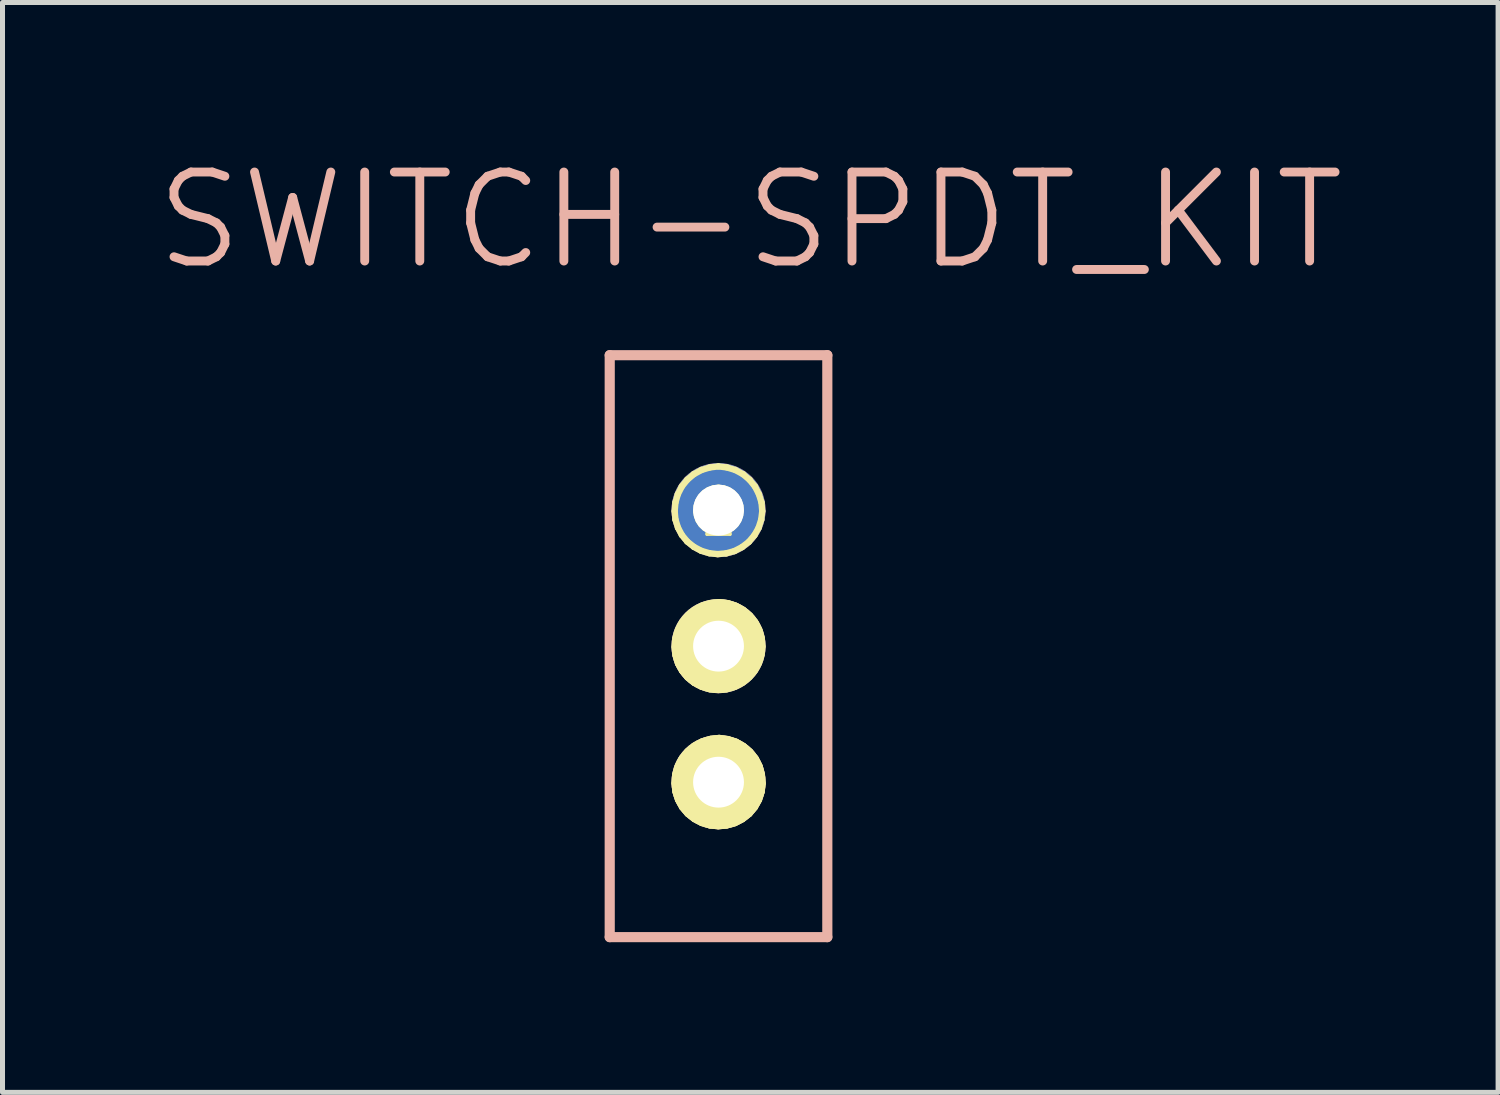
<source format=kicad_pcb>
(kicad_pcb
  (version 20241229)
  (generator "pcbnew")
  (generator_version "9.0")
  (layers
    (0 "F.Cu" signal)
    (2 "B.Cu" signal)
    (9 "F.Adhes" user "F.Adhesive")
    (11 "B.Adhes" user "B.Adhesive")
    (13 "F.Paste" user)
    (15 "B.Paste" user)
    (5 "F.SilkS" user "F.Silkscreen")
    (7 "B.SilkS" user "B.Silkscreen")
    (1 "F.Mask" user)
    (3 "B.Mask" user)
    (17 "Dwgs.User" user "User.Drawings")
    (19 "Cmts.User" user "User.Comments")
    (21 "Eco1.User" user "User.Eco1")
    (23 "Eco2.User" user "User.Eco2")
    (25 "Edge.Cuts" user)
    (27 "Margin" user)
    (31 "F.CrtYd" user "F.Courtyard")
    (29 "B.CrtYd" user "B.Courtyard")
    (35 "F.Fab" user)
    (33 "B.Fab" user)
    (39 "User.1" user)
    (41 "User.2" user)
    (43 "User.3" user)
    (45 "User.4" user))
  (footprint "SWITCH-SPDT_KIT"
    (layer "F.Cu")
    (at 11.307 9.861)
    (property "Reference" "SWITCH-SPDT_KIT" (at 0.635 -8.509 0) (layer "B.SilkS") (effects (font (size 1.778 1.778) (thickness 0.178))))
    (attr exclude_from_pos_files exclude_from_bom)
    (fp_line (start -0.876 -2.697) (end -0.861 -2.87) (stroke (width 0.127) (type solid)) (layer "F.SilkS"))
    (fp_line (start -0.876 2.741) (end -0.861 2.565) (stroke (width 0.127) (type solid)) (layer "F.SilkS"))
    (fp_line (start -0.874 0.018) (end -0.859 -0.152) (stroke (width 0.127) (type solid)) (layer "F.SilkS"))
    (fp_line (start -0.861 -2.87) (end -0.813 -3.035) (stroke (width 0.127) (type solid)) (layer "F.SilkS"))
    (fp_line (start -0.861 -2.53) (end -0.876 -2.697) (stroke (width 0.127) (type solid)) (layer "F.SilkS"))
    (fp_line (start -0.861 2.565) (end -0.813 2.398) (stroke (width 0.127) (type solid)) (layer "F.SilkS"))
    (fp_line (start -0.859 -0.152) (end -0.808 -0.323) (stroke (width 0.127) (type solid)) (layer "F.SilkS"))
    (fp_line (start -0.859 2.911) (end -0.876 2.741) (stroke (width 0.127) (type solid)) (layer "F.SilkS"))
    (fp_line (start -0.856 0.185) (end -0.874 0.018) (stroke (width 0.127) (type solid)) (layer "F.SilkS"))
    (fp_line (start -0.813 -3.035) (end -0.734 -3.19) (stroke (width 0.127) (type solid)) (layer "F.SilkS"))
    (fp_line (start -0.813 2.398) (end -0.732 2.24) (stroke (width 0.127) (type solid)) (layer "F.SilkS"))
    (fp_line (start -0.81 -2.367) (end -0.861 -2.53) (stroke (width 0.127) (type solid)) (layer "F.SilkS"))
    (fp_line (start -0.808 -0.323) (end -0.726 -0.478) (stroke (width 0.127) (type solid)) (layer "F.SilkS"))
    (fp_line (start -0.808 0.348) (end -0.856 0.185) (stroke (width 0.127) (type solid)) (layer "F.SilkS"))
    (fp_line (start -0.808 3.071) (end -0.859 2.911) (stroke (width 0.127) (type solid)) (layer "F.SilkS"))
    (fp_line (start -0.734 -3.19) (end -0.625 -3.325) (stroke (width 0.127) (type solid)) (layer "F.SilkS"))
    (fp_line (start -0.732 -2.22) (end -0.81 -2.367) (stroke (width 0.127) (type solid)) (layer "F.SilkS"))
    (fp_line (start -0.732 2.24) (end -0.62 2.103) (stroke (width 0.127) (type solid)) (layer "F.SilkS"))
    (fp_line (start -0.726 -0.478) (end -0.615 -0.612) (stroke (width 0.127) (type solid)) (layer "F.SilkS"))
    (fp_line (start -0.726 0.495) (end -0.808 0.348) (stroke (width 0.127) (type solid)) (layer "F.SilkS"))
    (fp_line (start -0.726 3.221) (end -0.808 3.071) (stroke (width 0.127) (type solid)) (layer "F.SilkS"))
    (fp_line (start -0.625 -3.325) (end -0.493 -3.437) (stroke (width 0.127) (type solid)) (layer "F.SilkS"))
    (fp_line (start -0.625 -2.09) (end -0.732 -2.22) (stroke (width 0.127) (type solid)) (layer "F.SilkS"))
    (fp_line (start -0.62 0.625) (end -0.726 0.495) (stroke (width 0.127) (type solid)) (layer "F.SilkS"))
    (fp_line (start -0.62 2.103) (end -0.485 1.991) (stroke (width 0.127) (type solid)) (layer "F.SilkS"))
    (fp_line (start -0.617 3.35) (end -0.726 3.221) (stroke (width 0.127) (type solid)) (layer "F.SilkS"))
    (fp_line (start -0.615 -0.612) (end -0.48 -0.724) (stroke (width 0.127) (type solid)) (layer "F.SilkS"))
    (fp_line (start -0.493 -3.437) (end -0.34 -3.52) (stroke (width 0.127) (type solid)) (layer "F.SilkS"))
    (fp_line (start -0.493 -1.984) (end -0.625 -2.09) (stroke (width 0.127) (type solid)) (layer "F.SilkS"))
    (fp_line (start -0.488 0.732) (end -0.62 0.625) (stroke (width 0.127) (type solid)) (layer "F.SilkS"))
    (fp_line (start -0.485 1.991) (end -0.33 1.908) (stroke (width 0.127) (type solid)) (layer "F.SilkS"))
    (fp_line (start -0.485 3.454) (end -0.617 3.35) (stroke (width 0.127) (type solid)) (layer "F.SilkS"))
    (fp_line (start -0.48 -0.724) (end -0.325 -0.808) (stroke (width 0.127) (type solid)) (layer "F.SilkS"))
    (fp_line (start -0.445 -2.697) (end -0.434 -2.802) (stroke (width 0.127) (type solid)) (layer "F.SilkS"))
    (fp_line (start -0.439 2.738) (end -0.432 2.637) (stroke (width 0.127) (type solid)) (layer "F.SilkS"))
    (fp_line (start -0.434 -2.802) (end -0.404 -2.898) (stroke (width 0.127) (type solid)) (layer "F.SilkS"))
    (fp_line (start -0.432 0.023) (end -0.424 -0.079) (stroke (width 0.127) (type solid)) (layer "F.SilkS"))
    (fp_line (start -0.432 2.637) (end -0.401 2.54) (stroke (width 0.127) (type solid)) (layer "F.SilkS"))
    (fp_line (start -0.429 -2.603) (end -0.445 -2.697) (stroke (width 0.127) (type solid)) (layer "F.SilkS"))
    (fp_line (start -0.427 2.835) (end -0.439 2.738) (stroke (width 0.127) (type solid)) (layer "F.SilkS"))
    (fp_line (start -0.424 -0.079) (end -0.394 -0.175) (stroke (width 0.127) (type solid)) (layer "F.SilkS"))
    (fp_line (start -0.419 0.117) (end -0.432 0.023) (stroke (width 0.127) (type solid)) (layer "F.SilkS"))
    (fp_line (start -0.404 -2.898) (end -0.351 -2.985) (stroke (width 0.127) (type solid)) (layer "F.SilkS"))
    (fp_line (start -0.401 2.54) (end -0.348 2.454) (stroke (width 0.127) (type solid)) (layer "F.SilkS"))
    (fp_line (start -0.396 -2.512) (end -0.429 -2.603) (stroke (width 0.127) (type solid)) (layer "F.SilkS"))
    (fp_line (start -0.394 -0.175) (end -0.34 -0.262) (stroke (width 0.127) (type solid)) (layer "F.SilkS"))
    (fp_line (start -0.394 2.926) (end -0.427 2.835) (stroke (width 0.127) (type solid)) (layer "F.SilkS"))
    (fp_line (start -0.386 0.208) (end -0.419 0.117) (stroke (width 0.127) (type solid)) (layer "F.SilkS"))
    (fp_line (start -0.351 -2.985) (end -0.279 -3.061) (stroke (width 0.127) (type solid)) (layer "F.SilkS"))
    (fp_line (start -0.348 2.454) (end -0.277 2.377) (stroke (width 0.127) (type solid)) (layer "F.SilkS"))
    (fp_line (start -0.345 -1.905) (end -0.493 -1.984) (stroke (width 0.127) (type solid)) (layer "F.SilkS"))
    (fp_line (start -0.343 -2.431) (end -0.396 -2.512) (stroke (width 0.127) (type solid)) (layer "F.SilkS"))
    (fp_line (start -0.34 -3.52) (end -0.173 -3.571) (stroke (width 0.127) (type solid)) (layer "F.SilkS"))
    (fp_line (start -0.34 -0.262) (end -0.269 -0.338) (stroke (width 0.127) (type solid)) (layer "F.SilkS"))
    (fp_line (start -0.34 3.007) (end -0.394 2.926) (stroke (width 0.127) (type solid)) (layer "F.SilkS"))
    (fp_line (start -0.338 0.81) (end -0.488 0.732) (stroke (width 0.127) (type solid)) (layer "F.SilkS"))
    (fp_line (start -0.335 3.533) (end -0.485 3.454) (stroke (width 0.127) (type solid)) (layer "F.SilkS"))
    (fp_line (start -0.333 0.29) (end -0.386 0.208) (stroke (width 0.127) (type solid)) (layer "F.SilkS"))
    (fp_line (start -0.33 1.908) (end -0.16 1.854) (stroke (width 0.127) (type solid)) (layer "F.SilkS"))
    (fp_line (start -0.325 -0.808) (end -0.157 -0.859) (stroke (width 0.127) (type solid)) (layer "F.SilkS"))
    (fp_line (start -0.279 -3.061) (end -0.196 -3.117) (stroke (width 0.127) (type solid)) (layer "F.SilkS"))
    (fp_line (start -0.277 2.377) (end -0.193 2.322) (stroke (width 0.127) (type solid)) (layer "F.SilkS"))
    (fp_line (start -0.272 -2.362) (end -0.343 -2.431) (stroke (width 0.127) (type solid)) (layer "F.SilkS"))
    (fp_line (start -0.269 -0.338) (end -0.185 -0.394) (stroke (width 0.127) (type solid)) (layer "F.SilkS"))
    (fp_line (start -0.269 3.076) (end -0.34 3.007) (stroke (width 0.127) (type solid)) (layer "F.SilkS"))
    (fp_line (start -0.262 0.358) (end -0.333 0.29) (stroke (width 0.127) (type solid)) (layer "F.SilkS"))
    (fp_line (start -0.229 -2.845) (end 0.229 -2.845) (stroke (width 0.066) (type solid)) (layer "F.SilkS"))
    (fp_line (start -0.229 -2.235) (end -0.229 -2.845) (stroke (width 0.066) (type solid)) (layer "F.SilkS"))
    (fp_line (start -0.229 -2.235) (end 0.229 -2.235) (stroke (width 0.066) (type solid)) (layer "F.SilkS"))
    (fp_line (start -0.229 -0.305) (end 0.229 -0.305) (stroke (width 0.066) (type solid)) (layer "F.SilkS"))
    (fp_line (start -0.229 0.305) (end -0.229 -0.305) (stroke (width 0.066) (type solid)) (layer "F.SilkS"))
    (fp_line (start -0.229 0.305) (end 0.229 0.305) (stroke (width 0.066) (type solid)) (layer "F.SilkS"))
    (fp_line (start -0.229 2.235) (end 0.229 2.235) (stroke (width 0.066) (type solid)) (layer "F.SilkS"))
    (fp_line (start -0.229 2.845) (end -0.229 2.235) (stroke (width 0.066) (type solid)) (layer "F.SilkS"))
    (fp_line (start -0.229 2.845) (end 0.229 2.845) (stroke (width 0.066) (type solid)) (layer "F.SilkS"))
    (fp_line (start -0.196 -3.117) (end -0.099 -3.152) (stroke (width 0.127) (type solid)) (layer "F.SilkS"))
    (fp_line (start -0.193 2.322) (end -0.097 2.286) (stroke (width 0.127) (type solid)) (layer "F.SilkS"))
    (fp_line (start -0.188 -2.314) (end -0.272 -2.362) (stroke (width 0.127) (type solid)) (layer "F.SilkS"))
    (fp_line (start -0.185 -0.394) (end -0.089 -0.429) (stroke (width 0.127) (type solid)) (layer "F.SilkS"))
    (fp_line (start -0.185 3.124) (end -0.269 3.076) (stroke (width 0.127) (type solid)) (layer "F.SilkS"))
    (fp_line (start -0.183 -1.857) (end -0.345 -1.905) (stroke (width 0.127) (type solid)) (layer "F.SilkS"))
    (fp_line (start -0.178 0.406) (end -0.262 0.358) (stroke (width 0.127) (type solid)) (layer "F.SilkS"))
    (fp_line (start -0.178 0.859) (end -0.338 0.81) (stroke (width 0.127) (type solid)) (layer "F.SilkS"))
    (fp_line (start -0.173 -3.571) (end -0.003 -3.592) (stroke (width 0.127) (type solid)) (layer "F.SilkS"))
    (fp_line (start -0.173 3.581) (end -0.335 3.533) (stroke (width 0.127) (type solid)) (layer "F.SilkS"))
    (fp_line (start -0.16 1.854) (end 0.013 1.834) (stroke (width 0.127) (type solid)) (layer "F.SilkS"))
    (fp_line (start -0.157 -0.859) (end 0.015 -0.879) (stroke (width 0.127) (type solid)) (layer "F.SilkS"))
    (fp_line (start -0.099 -3.152) (end 0 -3.165) (stroke (width 0.127) (type solid)) (layer "F.SilkS"))
    (fp_line (start -0.097 -2.283) (end -0.188 -2.314) (stroke (width 0.127) (type solid)) (layer "F.SilkS"))
    (fp_line (start -0.097 2.286) (end 0.003 2.273) (stroke (width 0.127) (type solid)) (layer "F.SilkS"))
    (fp_line (start -0.094 3.155) (end -0.185 3.124) (stroke (width 0.127) (type solid)) (layer "F.SilkS"))
    (fp_line (start -0.089 -0.429) (end 0.01 -0.442) (stroke (width 0.127) (type solid)) (layer "F.SilkS"))
    (fp_line (start -0.086 0.437) (end -0.178 0.406) (stroke (width 0.127) (type solid)) (layer "F.SilkS"))
    (fp_line (start -0.018 -1.839) (end -0.183 -1.857) (stroke (width 0.127) (type solid)) (layer "F.SilkS"))
    (fp_line (start -0.01 0.874) (end -0.178 0.859) (stroke (width 0.127) (type solid)) (layer "F.SilkS"))
    (fp_line (start -0.005 3.597) (end -0.173 3.581) (stroke (width 0.127) (type solid)) (layer "F.SilkS"))
    (fp_line (start -0.003 -3.592) (end 0.168 -3.571) (stroke (width 0.127) (type solid)) (layer "F.SilkS"))
    (fp_line (start 0 -3.165) (end 0.099 -3.152) (stroke (width 0.127) (type solid)) (layer "F.SilkS"))
    (fp_line (start 0 -2.273) (end -0.097 -2.283) (stroke (width 0.127) (type solid)) (layer "F.SilkS"))
    (fp_line (start 0.003 2.273) (end 0.102 2.286) (stroke (width 0.127) (type solid)) (layer "F.SilkS"))
    (fp_line (start 0.003 3.162) (end -0.094 3.155) (stroke (width 0.127) (type solid)) (layer "F.SilkS"))
    (fp_line (start 0.01 -0.442) (end 0.109 -0.429) (stroke (width 0.127) (type solid)) (layer "F.SilkS"))
    (fp_line (start 0.01 0.447) (end -0.086 0.437) (stroke (width 0.127) (type solid)) (layer "F.SilkS"))
    (fp_line (start 0.013 1.834) (end 0.185 1.857) (stroke (width 0.127) (type solid)) (layer "F.SilkS"))
    (fp_line (start 0.015 -0.879) (end 0.183 -0.859) (stroke (width 0.127) (type solid)) (layer "F.SilkS"))
    (fp_line (start 0.097 -2.283) (end 0 -2.273) (stroke (width 0.127) (type solid)) (layer "F.SilkS"))
    (fp_line (start 0.099 -3.152) (end 0.193 -3.119) (stroke (width 0.127) (type solid)) (layer "F.SilkS"))
    (fp_line (start 0.099 3.152) (end 0.003 3.162) (stroke (width 0.127) (type solid)) (layer "F.SilkS"))
    (fp_line (start 0.102 2.286) (end 0.196 2.319) (stroke (width 0.127) (type solid)) (layer "F.SilkS"))
    (fp_line (start 0.107 0.437) (end 0.01 0.447) (stroke (width 0.127) (type solid)) (layer "F.SilkS"))
    (fp_line (start 0.109 -0.429) (end 0.203 -0.396) (stroke (width 0.127) (type solid)) (layer "F.SilkS"))
    (fp_line (start 0.152 -1.854) (end -0.018 -1.839) (stroke (width 0.127) (type solid)) (layer "F.SilkS"))
    (fp_line (start 0.16 0.859) (end -0.01 0.874) (stroke (width 0.127) (type solid)) (layer "F.SilkS"))
    (fp_line (start 0.163 3.581) (end -0.005 3.597) (stroke (width 0.127) (type solid)) (layer "F.SilkS"))
    (fp_line (start 0.168 -3.571) (end 0.335 -3.52) (stroke (width 0.127) (type solid)) (layer "F.SilkS"))
    (fp_line (start 0.183 -0.859) (end 0.348 -0.805) (stroke (width 0.127) (type solid)) (layer "F.SilkS"))
    (fp_line (start 0.185 1.857) (end 0.351 1.91) (stroke (width 0.127) (type solid)) (layer "F.SilkS"))
    (fp_line (start 0.188 -2.316) (end 0.097 -2.283) (stroke (width 0.127) (type solid)) (layer "F.SilkS"))
    (fp_line (start 0.193 -3.119) (end 0.277 -3.063) (stroke (width 0.127) (type solid)) (layer "F.SilkS"))
    (fp_line (start 0.193 3.122) (end 0.099 3.152) (stroke (width 0.127) (type solid)) (layer "F.SilkS"))
    (fp_line (start 0.196 2.319) (end 0.279 2.375) (stroke (width 0.127) (type solid)) (layer "F.SilkS"))
    (fp_line (start 0.201 0.404) (end 0.107 0.437) (stroke (width 0.127) (type solid)) (layer "F.SilkS"))
    (fp_line (start 0.203 -0.396) (end 0.287 -0.34) (stroke (width 0.127) (type solid)) (layer "F.SilkS"))
    (fp_line (start 0.229 -2.235) (end 0.229 -2.845) (stroke (width 0.066) (type solid)) (layer "F.SilkS"))
    (fp_line (start 0.229 0.305) (end 0.229 -0.305) (stroke (width 0.066) (type solid)) (layer "F.SilkS"))
    (fp_line (start 0.229 2.845) (end 0.229 2.235) (stroke (width 0.066) (type solid)) (layer "F.SilkS"))
    (fp_line (start 0.272 -2.367) (end 0.188 -2.316) (stroke (width 0.127) (type solid)) (layer "F.SilkS"))
    (fp_line (start 0.274 3.071) (end 0.193 3.122) (stroke (width 0.127) (type solid)) (layer "F.SilkS"))
    (fp_line (start 0.277 -3.063) (end 0.348 -2.99) (stroke (width 0.127) (type solid)) (layer "F.SilkS"))
    (fp_line (start 0.279 2.375) (end 0.351 2.446) (stroke (width 0.127) (type solid)) (layer "F.SilkS"))
    (fp_line (start 0.282 0.353) (end 0.201 0.404) (stroke (width 0.127) (type solid)) (layer "F.SilkS"))
    (fp_line (start 0.287 -0.34) (end 0.358 -0.267) (stroke (width 0.127) (type solid)) (layer "F.SilkS"))
    (fp_line (start 0.318 -1.9) (end 0.152 -1.854) (stroke (width 0.127) (type solid)) (layer "F.SilkS"))
    (fp_line (start 0.325 0.81) (end 0.16 0.859) (stroke (width 0.127) (type solid)) (layer "F.SilkS"))
    (fp_line (start 0.328 3.536) (end 0.163 3.581) (stroke (width 0.127) (type solid)) (layer "F.SilkS"))
    (fp_line (start 0.335 -3.52) (end 0.488 -3.437) (stroke (width 0.127) (type solid)) (layer "F.SilkS"))
    (fp_line (start 0.343 -2.436) (end 0.272 -2.367) (stroke (width 0.127) (type solid)) (layer "F.SilkS"))
    (fp_line (start 0.345 3.002) (end 0.274 3.071) (stroke (width 0.127) (type solid)) (layer "F.SilkS"))
    (fp_line (start 0.348 -2.99) (end 0.399 -2.906) (stroke (width 0.127) (type solid)) (layer "F.SilkS"))
    (fp_line (start 0.348 -0.805) (end 0.495 -0.724) (stroke (width 0.127) (type solid)) (layer "F.SilkS"))
    (fp_line (start 0.351 1.91) (end 0.5 1.996) (stroke (width 0.127) (type solid)) (layer "F.SilkS"))
    (fp_line (start 0.351 2.446) (end 0.401 2.532) (stroke (width 0.127) (type solid)) (layer "F.SilkS"))
    (fp_line (start 0.353 0.284) (end 0.282 0.353) (stroke (width 0.127) (type solid)) (layer "F.SilkS"))
    (fp_line (start 0.358 -0.267) (end 0.409 -0.183) (stroke (width 0.127) (type solid)) (layer "F.SilkS"))
    (fp_line (start 0.396 -2.52) (end 0.343 -2.436) (stroke (width 0.127) (type solid)) (layer "F.SilkS"))
    (fp_line (start 0.399 -2.906) (end 0.432 -2.809) (stroke (width 0.127) (type solid)) (layer "F.SilkS"))
    (fp_line (start 0.399 2.918) (end 0.345 3.002) (stroke (width 0.127) (type solid)) (layer "F.SilkS"))
    (fp_line (start 0.401 2.532) (end 0.434 2.629) (stroke (width 0.127) (type solid)) (layer "F.SilkS"))
    (fp_line (start 0.406 0.201) (end 0.353 0.284) (stroke (width 0.127) (type solid)) (layer "F.SilkS"))
    (fp_line (start 0.409 -0.183) (end 0.442 -0.086) (stroke (width 0.127) (type solid)) (layer "F.SilkS"))
    (fp_line (start 0.429 -2.611) (end 0.396 -2.52) (stroke (width 0.127) (type solid)) (layer "F.SilkS"))
    (fp_line (start 0.432 -2.809) (end 0.439 -2.71) (stroke (width 0.127) (type solid)) (layer "F.SilkS"))
    (fp_line (start 0.432 2.827) (end 0.399 2.918) (stroke (width 0.127) (type solid)) (layer "F.SilkS"))
    (fp_line (start 0.434 2.629) (end 0.445 2.728) (stroke (width 0.127) (type solid)) (layer "F.SilkS"))
    (fp_line (start 0.439 -2.71) (end 0.429 -2.611) (stroke (width 0.127) (type solid)) (layer "F.SilkS"))
    (fp_line (start 0.439 0.109) (end 0.406 0.201) (stroke (width 0.127) (type solid)) (layer "F.SilkS"))
    (fp_line (start 0.442 -0.086) (end 0.45 0.013) (stroke (width 0.127) (type solid)) (layer "F.SilkS"))
    (fp_line (start 0.445 2.728) (end 0.432 2.827) (stroke (width 0.127) (type solid)) (layer "F.SilkS"))
    (fp_line (start 0.45 0.013) (end 0.439 0.109) (stroke (width 0.127) (type solid)) (layer "F.SilkS"))
    (fp_line (start 0.47 -1.979) (end 0.318 -1.9) (stroke (width 0.127) (type solid)) (layer "F.SilkS"))
    (fp_line (start 0.478 0.729) (end 0.325 0.81) (stroke (width 0.127) (type solid)) (layer "F.SilkS"))
    (fp_line (start 0.48 3.457) (end 0.328 3.536) (stroke (width 0.127) (type solid)) (layer "F.SilkS"))
    (fp_line (start 0.488 -3.437) (end 0.62 -3.325) (stroke (width 0.127) (type solid)) (layer "F.SilkS"))
    (fp_line (start 0.495 -0.724) (end 0.627 -0.612) (stroke (width 0.127) (type solid)) (layer "F.SilkS"))
    (fp_line (start 0.5 1.996) (end 0.632 2.108) (stroke (width 0.127) (type solid)) (layer "F.SilkS"))
    (fp_line (start 0.605 -2.083) (end 0.47 -1.979) (stroke (width 0.127) (type solid)) (layer "F.SilkS"))
    (fp_line (start 0.61 0.622) (end 0.478 0.729) (stroke (width 0.127) (type solid)) (layer "F.SilkS"))
    (fp_line (start 0.615 3.353) (end 0.48 3.457) (stroke (width 0.127) (type solid)) (layer "F.SilkS"))
    (fp_line (start 0.62 -3.325) (end 0.729 -3.19) (stroke (width 0.127) (type solid)) (layer "F.SilkS"))
    (fp_line (start 0.627 -0.612) (end 0.734 -0.478) (stroke (width 0.127) (type solid)) (layer "F.SilkS"))
    (fp_line (start 0.632 2.108) (end 0.742 2.245) (stroke (width 0.127) (type solid)) (layer "F.SilkS"))
    (fp_line (start 0.716 -2.215) (end 0.605 -2.083) (stroke (width 0.127) (type solid)) (layer "F.SilkS"))
    (fp_line (start 0.721 0.49) (end 0.61 0.622) (stroke (width 0.127) (type solid)) (layer "F.SilkS"))
    (fp_line (start 0.724 3.223) (end 0.615 3.353) (stroke (width 0.127) (type solid)) (layer "F.SilkS"))
    (fp_line (start 0.729 -3.19) (end 0.808 -3.035) (stroke (width 0.127) (type solid)) (layer "F.SilkS"))
    (fp_line (start 0.734 -0.478) (end 0.813 -0.325) (stroke (width 0.127) (type solid)) (layer "F.SilkS"))
    (fp_line (start 0.742 2.245) (end 0.82 2.4) (stroke (width 0.127) (type solid)) (layer "F.SilkS"))
    (fp_line (start 0.8 -2.362) (end 0.716 -2.215) (stroke (width 0.127) (type solid)) (layer "F.SilkS"))
    (fp_line (start 0.803 0.34) (end 0.721 0.49) (stroke (width 0.127) (type solid)) (layer "F.SilkS"))
    (fp_line (start 0.808 -3.035) (end 0.859 -2.87) (stroke (width 0.127) (type solid)) (layer "F.SilkS"))
    (fp_line (start 0.808 3.073) (end 0.724 3.223) (stroke (width 0.127) (type solid)) (layer "F.SilkS"))
    (fp_line (start 0.813 -0.325) (end 0.859 -0.163) (stroke (width 0.127) (type solid)) (layer "F.SilkS"))
    (fp_line (start 0.82 2.4) (end 0.866 2.568) (stroke (width 0.127) (type solid)) (layer "F.SilkS"))
    (fp_line (start 0.853 -2.527) (end 0.8 -2.362) (stroke (width 0.127) (type solid)) (layer "F.SilkS"))
    (fp_line (start 0.853 0.178) (end 0.803 0.34) (stroke (width 0.127) (type solid)) (layer "F.SilkS"))
    (fp_line (start 0.859 -2.87) (end 0.874 -2.697) (stroke (width 0.127) (type solid)) (layer "F.SilkS"))
    (fp_line (start 0.859 -0.163) (end 0.874 0.008) (stroke (width 0.127) (type solid)) (layer "F.SilkS"))
    (fp_line (start 0.861 2.911) (end 0.808 3.073) (stroke (width 0.127) (type solid)) (layer "F.SilkS"))
    (fp_line (start 0.866 2.568) (end 0.881 2.743) (stroke (width 0.127) (type solid)) (layer "F.SilkS"))
    (fp_line (start 0.874 -2.697) (end 0.853 -2.527) (stroke (width 0.127) (type solid)) (layer "F.SilkS"))
    (fp_line (start 0.874 0.008) (end 0.853 0.178) (stroke (width 0.127) (type solid)) (layer "F.SilkS"))
    (fp_line (start 0.881 2.743) (end 0.861 2.911) (stroke (width 0.127) (type solid)) (layer "F.SilkS"))
    (fp_line (start -2.174 -5.814) (end -2.174 5.814) (stroke (width 0.203) (type solid)) (layer "B.SilkS"))
    (fp_line (start -2.174 5.814) (end 2.174 5.814) (stroke (width 0.203) (type solid)) (layer "B.SilkS"))
    (fp_line (start 2.174 -5.814) (end -2.174 -5.814) (stroke (width 0.203) (type solid)) (layer "B.SilkS"))
    (fp_line (start 2.174 5.814) (end 2.174 -5.814) (stroke (width 0.203) (type solid)) (layer "B.SilkS"))
    (pad "1" thru_hole circle (at 0 -2.718) (size 1.88 1.88) (drill 1.016) (layers "*.Cu" "F.Mask" "F.Paste"))
    (pad "2" thru_hole circle (at 0 0) (size 1.88 1.88) (drill 1.016) (layers "*.Cu" "F.Mask" "F.SilkS" "F.Paste"))
    (pad "3" thru_hole circle (at 0 2.718) (size 1.88 1.88) (drill 1.016) (layers "*.Cu" "F.Mask" "F.SilkS" "F.Paste")))
  (gr_rect
    (start -3 -3)
    (end 26.884 18.777)
    (stroke (width 0.1) (type default))
    (fill no)
    (layer "Edge.Cuts")))
</source>
